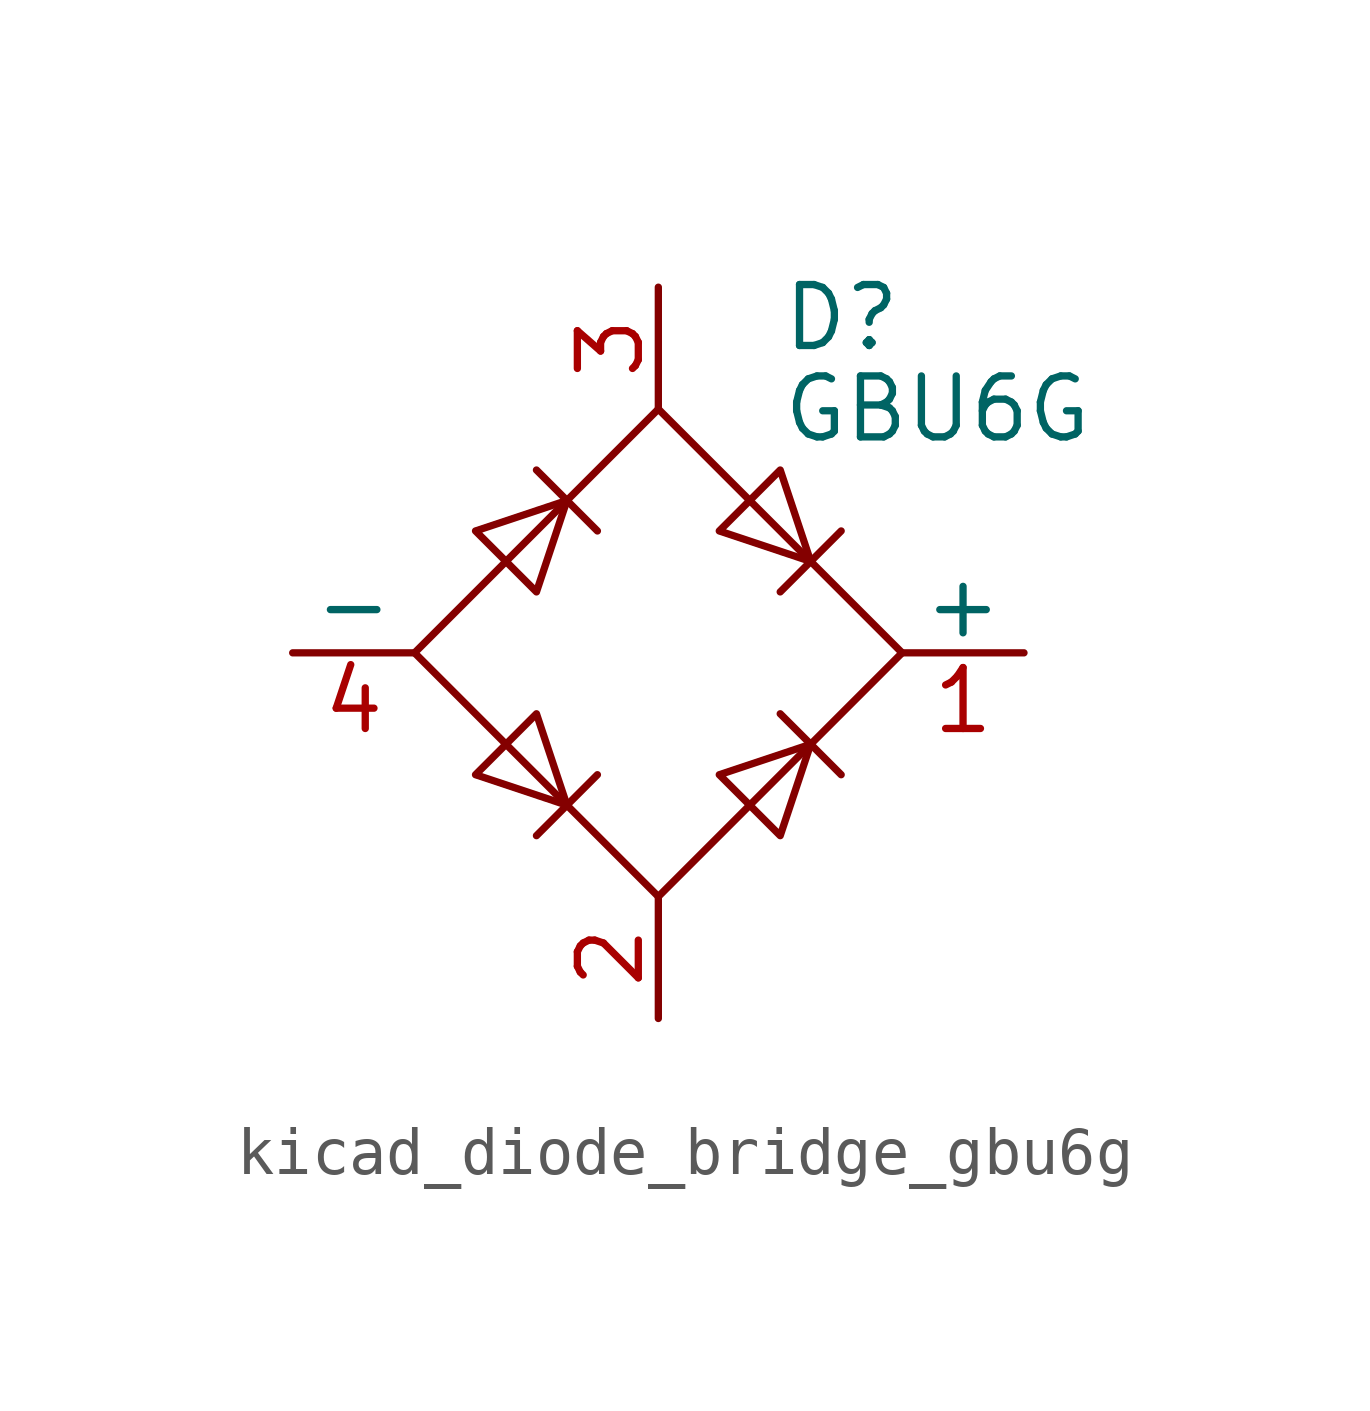
<source format=kicad_sym>
(kicad_symbol_lib
  (version 20220914)
  (generator kicad_symbol_editor)
  (symbol "kicad_diode_bridge_gbu6g"
    (pin_names
      (offset 0))
    (property "Reference" "D"
      (at 2.54 6.985 0)
      (effects (font (size 1.27 1.27)) (justify left)))
    (property "Value" "GBU6G"
      (at 2.54 5.08 0)
      (effects (font (size 1.27 1.27)) (justify left)))
    (symbol "kicad_diode_bridge_gbu6g_0_1"
      (polyline (pts (xy -2.54 3.81) (xy -1.27 2.54)) (stroke (width 0) (type default)) (fill (type none)))
      (polyline (pts (xy -1.27 -2.54) (xy -2.54 -3.81)) (stroke (width 0) (type default)) (fill (type none)))
      (polyline (pts (xy 2.54 -1.27) (xy 3.81 -2.54)) (stroke (width 0) (type default)) (fill (type none)))
      (polyline (pts (xy 2.54 1.27) (xy 3.81 2.54)) (stroke (width 0) (type default)) (fill (type none)))
      (polyline (pts (xy -3.81 2.54) (xy -2.54 1.27) (xy -1.905 3.175) (xy -3.81 2.54)) (stroke (width 0) (type default)) (fill (type none)))
      (polyline (pts (xy -2.54 -1.27) (xy -3.81 -2.54) (xy -1.905 -3.175) (xy -2.54 -1.27)) (stroke (width 0) (type default)) (fill (type none)))
      (polyline (pts (xy 1.27 2.54) (xy 2.54 3.81) (xy 3.175 1.905) (xy 1.27 2.54)) (stroke (width 0) (type default)) (fill (type none)))
      (polyline (pts (xy 3.175 -1.905) (xy 1.27 -2.54) (xy 2.54 -3.81) (xy 3.175 -1.905)) (stroke (width 0) (type default)) (fill (type none)))
      (polyline (pts (xy -5.08 0) (xy 0 -5.08) (xy 5.08 0) (xy 0 5.08) (xy -5.08 0)) (stroke (width 0) (type default)) (fill (type none))))
    (symbol "kicad_diode_bridge_gbu6g_1_1"
      (pin passive line (at 7.62 0 180) (length 2.54) (name "+" (effects (font (size 1.27 1.27)))) (number "1" (effects (font (size 1.27 1.27)))))
      (pin passive line (at 0 -7.62 90) (length 2.54) (name "~" (effects (font (size 1.27 1.27)))) (number "2" (effects (font (size 1.27 1.27)))))
      (pin passive line (at 0 7.62 270) (length 2.54) (name "~" (effects (font (size 1.27 1.27)))) (number "3" (effects (font (size 1.27 1.27)))))
      (pin passive line (at -7.62 0 0) (length 2.54) (name "-" (effects (font (size 1.27 1.27)))) (number "4" (effects (font (size 1.27 1.27))))))))
</source>
